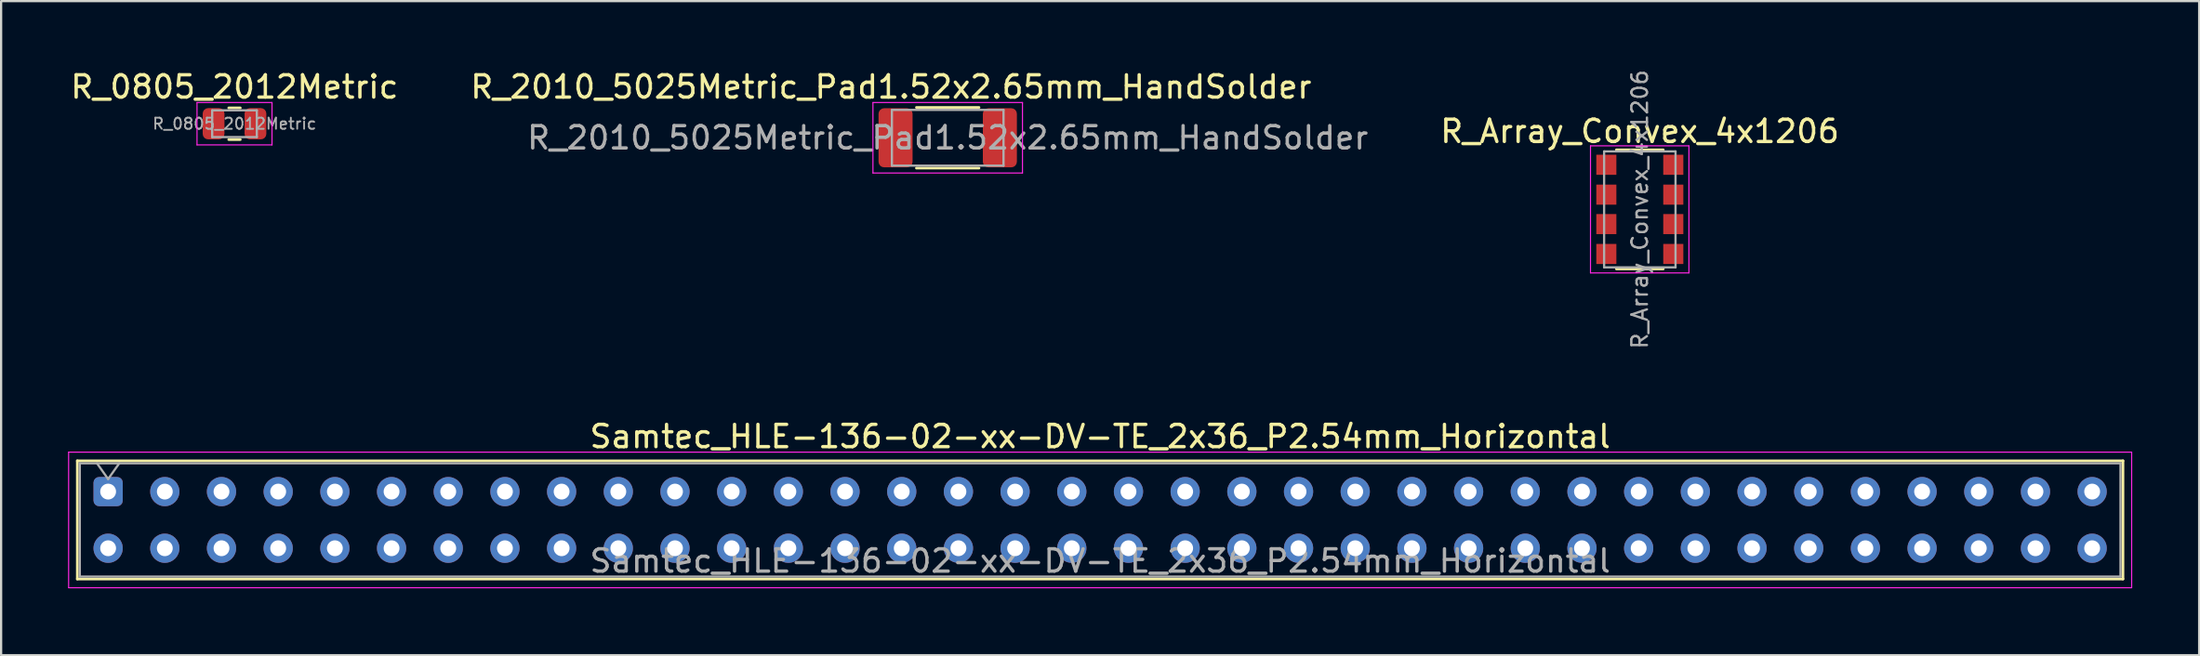
<source format=kicad_pcb>
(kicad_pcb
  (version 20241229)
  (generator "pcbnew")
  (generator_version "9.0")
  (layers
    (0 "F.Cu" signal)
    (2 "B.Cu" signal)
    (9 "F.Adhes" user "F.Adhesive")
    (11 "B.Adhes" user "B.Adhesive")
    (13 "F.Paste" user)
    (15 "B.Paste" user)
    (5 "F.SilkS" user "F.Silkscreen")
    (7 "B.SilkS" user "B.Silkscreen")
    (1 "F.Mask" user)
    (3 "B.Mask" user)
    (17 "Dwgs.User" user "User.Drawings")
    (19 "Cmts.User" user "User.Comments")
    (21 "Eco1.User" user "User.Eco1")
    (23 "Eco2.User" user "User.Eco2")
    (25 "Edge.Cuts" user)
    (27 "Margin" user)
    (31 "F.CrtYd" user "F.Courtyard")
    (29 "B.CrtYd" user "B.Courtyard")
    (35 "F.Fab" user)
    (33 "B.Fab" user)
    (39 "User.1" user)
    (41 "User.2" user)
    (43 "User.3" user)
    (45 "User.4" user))
  (footprint "Samtec_HLE-136-02-xx-DV-TE_2x36_P2.54mm_Horizontal"
    (layer "F.Cu")
    (at 1.795 18.993)
    (property "Reference" "Samtec_HLE-136-02-xx-DV-TE_2x36_P2.54mm_Horizontal" (at 44.45 -2.47 0) (layer "F.SilkS") (effects (font (size 1 1) (thickness 0.15))))
    (attr through_hole)
    (fp_line (start -1.38 -1.38) (end 90.28 -1.38) (stroke (width 0.12) (type solid)) (layer "F.SilkS"))
    (fp_line (start -1.38 3.92) (end -1.38 -1.38) (stroke (width 0.12) (type solid)) (layer "F.SilkS"))
    (fp_line (start 90.28 -1.38) (end 90.28 3.92) (stroke (width 0.12) (type solid)) (layer "F.SilkS"))
    (fp_line (start 90.28 3.92) (end -1.38 3.92) (stroke (width 0.12) (type solid)) (layer "F.SilkS"))
    (fp_line (start -1.77 -1.77) (end 90.67 -1.77) (stroke (width 0.05) (type solid)) (layer "F.CrtYd"))
    (fp_line (start -1.77 4.31) (end -1.77 -1.77) (stroke (width 0.05) (type solid)) (layer "F.CrtYd"))
    (fp_line (start 90.67 -1.77) (end 90.67 4.31) (stroke (width 0.05) (type solid)) (layer "F.CrtYd"))
    (fp_line (start 90.67 4.31) (end -1.77 4.31) (stroke (width 0.05) (type solid)) (layer "F.CrtYd"))
    (fp_line (start -1.27 -1.27) (end 90.17 -1.27) (stroke (width 0.1) (type solid)) (layer "F.Fab"))
    (fp_line (start -1.27 3.81) (end -1.27 -1.27) (stroke (width 0.1) (type solid)) (layer "F.Fab"))
    (fp_line (start -0.5 -1.27) (end 0 -0.563) (stroke (width 0.1) (type solid)) (layer "F.Fab"))
    (fp_line (start 0 -0.563) (end 0.5 -1.27) (stroke (width 0.1) (type solid)) (layer "F.Fab"))
    (fp_line (start 90.17 -1.27) (end 90.17 3.81) (stroke (width 0.1) (type solid)) (layer "F.Fab"))
    (fp_line (start 90.17 3.81) (end -1.27 3.81) (stroke (width 0.1) (type solid)) (layer "F.Fab"))
    (fp_text user "${REFERENCE}" (at 44.45 3.11 0) (layer "F.Fab") (effects (font (size 1 1) (thickness 0.15))))
    (pad "1" thru_hole roundrect (at 0 0) (size 1.31 1.31) (drill 0.71) (layers "*.Cu" "*.Mask") (roundrect_rratio 0.191))
    (pad "2" thru_hole circle (at 0 2.54) (size 1.31 1.31) (drill 0.71) (layers "*.Cu" "*.Mask"))
    (pad "3" thru_hole circle (at 2.54 0) (size 1.31 1.31) (drill 0.71) (layers "*.Cu" "*.Mask"))
    (pad "4" thru_hole circle (at 2.54 2.54) (size 1.31 1.31) (drill 0.71) (layers "*.Cu" "*.Mask"))
    (pad "5" thru_hole circle (at 5.08 0) (size 1.31 1.31) (drill 0.71) (layers "*.Cu" "*.Mask"))
    (pad "6" thru_hole circle (at 5.08 2.54) (size 1.31 1.31) (drill 0.71) (layers "*.Cu" "*.Mask"))
    (pad "7" thru_hole circle (at 7.62 0) (size 1.31 1.31) (drill 0.71) (layers "*.Cu" "*.Mask"))
    (pad "8" thru_hole circle (at 7.62 2.54) (size 1.31 1.31) (drill 0.71) (layers "*.Cu" "*.Mask"))
    (pad "9" thru_hole circle (at 10.16 0) (size 1.31 1.31) (drill 0.71) (layers "*.Cu" "*.Mask"))
    (pad "10" thru_hole circle (at 10.16 2.54) (size 1.31 1.31) (drill 0.71) (layers "*.Cu" "*.Mask"))
    (pad "11" thru_hole circle (at 12.7 0) (size 1.31 1.31) (drill 0.71) (layers "*.Cu" "*.Mask"))
    (pad "12" thru_hole circle (at 12.7 2.54) (size 1.31 1.31) (drill 0.71) (layers "*.Cu" "*.Mask"))
    (pad "13" thru_hole circle (at 15.24 0) (size 1.31 1.31) (drill 0.71) (layers "*.Cu" "*.Mask"))
    (pad "14" thru_hole circle (at 15.24 2.54) (size 1.31 1.31) (drill 0.71) (layers "*.Cu" "*.Mask"))
    (pad "15" thru_hole circle (at 17.78 0) (size 1.31 1.31) (drill 0.71) (layers "*.Cu" "*.Mask"))
    (pad "16" thru_hole circle (at 17.78 2.54) (size 1.31 1.31) (drill 0.71) (layers "*.Cu" "*.Mask"))
    (pad "17" thru_hole circle (at 20.32 0) (size 1.31 1.31) (drill 0.71) (layers "*.Cu" "*.Mask"))
    (pad "18" thru_hole circle (at 20.32 2.54) (size 1.31 1.31) (drill 0.71) (layers "*.Cu" "*.Mask"))
    (pad "19" thru_hole circle (at 22.86 0) (size 1.31 1.31) (drill 0.71) (layers "*.Cu" "*.Mask"))
    (pad "20" thru_hole circle (at 22.86 2.54) (size 1.31 1.31) (drill 0.71) (layers "*.Cu" "*.Mask"))
    (pad "21" thru_hole circle (at 25.4 0) (size 1.31 1.31) (drill 0.71) (layers "*.Cu" "*.Mask"))
    (pad "22" thru_hole circle (at 25.4 2.54) (size 1.31 1.31) (drill 0.71) (layers "*.Cu" "*.Mask"))
    (pad "23" thru_hole circle (at 27.94 0) (size 1.31 1.31) (drill 0.71) (layers "*.Cu" "*.Mask"))
    (pad "24" thru_hole circle (at 27.94 2.54) (size 1.31 1.31) (drill 0.71) (layers "*.Cu" "*.Mask"))
    (pad "25" thru_hole circle (at 30.48 0) (size 1.31 1.31) (drill 0.71) (layers "*.Cu" "*.Mask"))
    (pad "26" thru_hole circle (at 30.48 2.54) (size 1.31 1.31) (drill 0.71) (layers "*.Cu" "*.Mask"))
    (pad "27" thru_hole circle (at 33.02 0) (size 1.31 1.31) (drill 0.71) (layers "*.Cu" "*.Mask"))
    (pad "28" thru_hole circle (at 33.02 2.54) (size 1.31 1.31) (drill 0.71) (layers "*.Cu" "*.Mask"))
    (pad "29" thru_hole circle (at 35.56 0) (size 1.31 1.31) (drill 0.71) (layers "*.Cu" "*.Mask"))
    (pad "30" thru_hole circle (at 35.56 2.54) (size 1.31 1.31) (drill 0.71) (layers "*.Cu" "*.Mask"))
    (pad "31" thru_hole circle (at 38.1 0) (size 1.31 1.31) (drill 0.71) (layers "*.Cu" "*.Mask"))
    (pad "32" thru_hole circle (at 38.1 2.54) (size 1.31 1.31) (drill 0.71) (layers "*.Cu" "*.Mask"))
    (pad "33" thru_hole circle (at 40.64 0) (size 1.31 1.31) (drill 0.71) (layers "*.Cu" "*.Mask"))
    (pad "34" thru_hole circle (at 40.64 2.54) (size 1.31 1.31) (drill 0.71) (layers "*.Cu" "*.Mask"))
    (pad "35" thru_hole circle (at 43.18 0) (size 1.31 1.31) (drill 0.71) (layers "*.Cu" "*.Mask"))
    (pad "36" thru_hole circle (at 43.18 2.54) (size 1.31 1.31) (drill 0.71) (layers "*.Cu" "*.Mask"))
    (pad "37" thru_hole circle (at 45.72 0) (size 1.31 1.31) (drill 0.71) (layers "*.Cu" "*.Mask"))
    (pad "38" thru_hole circle (at 45.72 2.54) (size 1.31 1.31) (drill 0.71) (layers "*.Cu" "*.Mask"))
    (pad "39" thru_hole circle (at 48.26 0) (size 1.31 1.31) (drill 0.71) (layers "*.Cu" "*.Mask"))
    (pad "40" thru_hole circle (at 48.26 2.54) (size 1.31 1.31) (drill 0.71) (layers "*.Cu" "*.Mask"))
    (pad "41" thru_hole circle (at 50.8 0) (size 1.31 1.31) (drill 0.71) (layers "*.Cu" "*.Mask"))
    (pad "42" thru_hole circle (at 50.8 2.54) (size 1.31 1.31) (drill 0.71) (layers "*.Cu" "*.Mask"))
    (pad "43" thru_hole circle (at 53.34 0) (size 1.31 1.31) (drill 0.71) (layers "*.Cu" "*.Mask"))
    (pad "44" thru_hole circle (at 53.34 2.54) (size 1.31 1.31) (drill 0.71) (layers "*.Cu" "*.Mask"))
    (pad "45" thru_hole circle (at 55.88 0) (size 1.31 1.31) (drill 0.71) (layers "*.Cu" "*.Mask"))
    (pad "46" thru_hole circle (at 55.88 2.54) (size 1.31 1.31) (drill 0.71) (layers "*.Cu" "*.Mask"))
    (pad "47" thru_hole circle (at 58.42 0) (size 1.31 1.31) (drill 0.71) (layers "*.Cu" "*.Mask"))
    (pad "48" thru_hole circle (at 58.42 2.54) (size 1.31 1.31) (drill 0.71) (layers "*.Cu" "*.Mask"))
    (pad "49" thru_hole circle (at 60.96 0) (size 1.31 1.31) (drill 0.71) (layers "*.Cu" "*.Mask"))
    (pad "50" thru_hole circle (at 60.96 2.54) (size 1.31 1.31) (drill 0.71) (layers "*.Cu" "*.Mask"))
    (pad "51" thru_hole circle (at 63.5 0) (size 1.31 1.31) (drill 0.71) (layers "*.Cu" "*.Mask"))
    (pad "52" thru_hole circle (at 63.5 2.54) (size 1.31 1.31) (drill 0.71) (layers "*.Cu" "*.Mask"))
    (pad "53" thru_hole circle (at 66.04 0) (size 1.31 1.31) (drill 0.71) (layers "*.Cu" "*.Mask"))
    (pad "54" thru_hole circle (at 66.04 2.54) (size 1.31 1.31) (drill 0.71) (layers "*.Cu" "*.Mask"))
    (pad "55" thru_hole circle (at 68.58 0) (size 1.31 1.31) (drill 0.71) (layers "*.Cu" "*.Mask"))
    (pad "56" thru_hole circle (at 68.58 2.54) (size 1.31 1.31) (drill 0.71) (layers "*.Cu" "*.Mask"))
    (pad "57" thru_hole circle (at 71.12 0) (size 1.31 1.31) (drill 0.71) (layers "*.Cu" "*.Mask"))
    (pad "58" thru_hole circle (at 71.12 2.54) (size 1.31 1.31) (drill 0.71) (layers "*.Cu" "*.Mask"))
    (pad "59" thru_hole circle (at 73.66 0) (size 1.31 1.31) (drill 0.71) (layers "*.Cu" "*.Mask"))
    (pad "60" thru_hole circle (at 73.66 2.54) (size 1.31 1.31) (drill 0.71) (layers "*.Cu" "*.Mask"))
    (pad "61" thru_hole circle (at 76.2 0) (size 1.31 1.31) (drill 0.71) (layers "*.Cu" "*.Mask"))
    (pad "62" thru_hole circle (at 76.2 2.54) (size 1.31 1.31) (drill 0.71) (layers "*.Cu" "*.Mask"))
    (pad "63" thru_hole circle (at 78.74 0) (size 1.31 1.31) (drill 0.71) (layers "*.Cu" "*.Mask"))
    (pad "64" thru_hole circle (at 78.74 2.54) (size 1.31 1.31) (drill 0.71) (layers "*.Cu" "*.Mask"))
    (pad "65" thru_hole circle (at 81.28 0) (size 1.31 1.31) (drill 0.71) (layers "*.Cu" "*.Mask"))
    (pad "66" thru_hole circle (at 81.28 2.54) (size 1.31 1.31) (drill 0.71) (layers "*.Cu" "*.Mask"))
    (pad "67" thru_hole circle (at 83.82 0) (size 1.31 1.31) (drill 0.71) (layers "*.Cu" "*.Mask"))
    (pad "68" thru_hole circle (at 83.82 2.54) (size 1.31 1.31) (drill 0.71) (layers "*.Cu" "*.Mask"))
    (pad "69" thru_hole circle (at 86.36 0) (size 1.31 1.31) (drill 0.71) (layers "*.Cu" "*.Mask"))
    (pad "70" thru_hole circle (at 86.36 2.54) (size 1.31 1.31) (drill 0.71) (layers "*.Cu" "*.Mask"))
    (pad "71" thru_hole circle (at 88.9 0) (size 1.31 1.31) (drill 0.71) (layers "*.Cu" "*.Mask"))
    (pad "72" thru_hole circle (at 88.9 2.54) (size 1.31 1.31) (drill 0.71) (layers "*.Cu" "*.Mask")))
  (footprint "R_0805_2012Metric"
    (layer "F.Cu")
    (at 7.458 2.498)
    (property "Reference" "R_0805_2012Metric" (at 0 -1.65 0) (layer "F.SilkS") (effects (font (size 1 1) (thickness 0.15))))
    (attr smd)
    (fp_line (start -0.259 -0.71) (end 0.259 -0.71) (stroke (width 0.12) (type solid)) (layer "F.SilkS"))
    (fp_line (start -0.259 0.71) (end 0.259 0.71) (stroke (width 0.12) (type solid)) (layer "F.SilkS"))
    (fp_line (start -1.68 -0.95) (end 1.68 -0.95) (stroke (width 0.05) (type solid)) (layer "F.CrtYd"))
    (fp_line (start -1.68 0.95) (end -1.68 -0.95) (stroke (width 0.05) (type solid)) (layer "F.CrtYd"))
    (fp_line (start 1.68 -0.95) (end 1.68 0.95) (stroke (width 0.05) (type solid)) (layer "F.CrtYd"))
    (fp_line (start 1.68 0.95) (end -1.68 0.95) (stroke (width 0.05) (type solid)) (layer "F.CrtYd"))
    (fp_line (start -1 -0.6) (end 1 -0.6) (stroke (width 0.1) (type solid)) (layer "F.Fab"))
    (fp_line (start -1 0.6) (end -1 -0.6) (stroke (width 0.1) (type solid)) (layer "F.Fab"))
    (fp_line (start 1 -0.6) (end 1 0.6) (stroke (width 0.1) (type solid)) (layer "F.Fab"))
    (fp_line (start 1 0.6) (end -1 0.6) (stroke (width 0.1) (type solid)) (layer "F.Fab"))
    (fp_text user "${REFERENCE}" (at 0 0 0) (layer "F.Fab") (effects (font (size 0.5 0.5) (thickness 0.08))))
    (pad "1" smd roundrect (at -0.938 0) (size 0.975 1.4) (layers "F.Cu" "F.Mask" "F.Paste") (roundrect_rratio 0.25))
    (pad "2" smd roundrect (at 0.938 0) (size 0.975 1.4) (layers "F.Cu" "F.Mask" "F.Paste") (roundrect_rratio 0.25)))
  (footprint "R_Array_Convex_4x1206"
    (layer "F.Cu")
    (at 70.427 6.338)
    (property "Reference" "R_Array_Convex_4x1206" (at 0 -3.5 0) (layer "F.SilkS") (effects (font (size 1 1) (thickness 0.15))))
    (attr smd)
    (fp_line (start 1.05 -2.67) (end -1.05 -2.67) (stroke (width 0.12) (type solid)) (layer "F.SilkS"))
    (fp_line (start 1.05 2.67) (end -1.05 2.67) (stroke (width 0.12) (type solid)) (layer "F.SilkS"))
    (fp_line (start -2.21 -2.85) (end -2.21 2.85) (stroke (width 0.05) (type solid)) (layer "F.CrtYd"))
    (fp_line (start -2.21 -2.85) (end 2.2 -2.85) (stroke (width 0.05) (type solid)) (layer "F.CrtYd"))
    (fp_line (start 2.2 2.85) (end -2.21 2.85) (stroke (width 0.05) (type solid)) (layer "F.CrtYd"))
    (fp_line (start 2.2 2.85) (end 2.2 -2.85) (stroke (width 0.05) (type solid)) (layer "F.CrtYd"))
    (fp_line (start -1.6 -2.6) (end -1.6 2.6) (stroke (width 0.1) (type solid)) (layer "F.Fab"))
    (fp_line (start -1.6 2.6) (end 1.6 2.6) (stroke (width 0.1) (type solid)) (layer "F.Fab"))
    (fp_line (start 1.6 -2.6) (end -1.6 -2.6) (stroke (width 0.1) (type solid)) (layer "F.Fab"))
    (fp_line (start 1.6 2.6) (end 1.6 -2.6) (stroke (width 0.1) (type solid)) (layer "F.Fab"))
    (fp_text user "${REFERENCE}" (at 0 0 90) (layer "F.Fab") (effects (font (size 0.7 0.7) (thickness 0.105))))
    (pad "1" smd rect (at -1.5 -2) (size 0.9 0.9) (layers "F.Cu" "F.Mask" "F.Paste"))
    (pad "2" smd rect (at -1.5 -0.66) (size 0.9 0.9) (layers "F.Cu" "F.Mask" "F.Paste"))
    (pad "3" smd rect (at -1.5 0.66) (size 0.9 0.9) (layers "F.Cu" "F.Mask" "F.Paste"))
    (pad "4" smd rect (at -1.5 2) (size 0.9 0.9) (layers "F.Cu" "F.Mask" "F.Paste"))
    (pad "5" smd rect (at 1.5 2) (size 0.9 0.9) (layers "F.Cu" "F.Mask" "F.Paste"))
    (pad "6" smd rect (at 1.5 0.66) (size 0.9 0.9) (layers "F.Cu" "F.Mask" "F.Paste"))
    (pad "7" smd rect (at 1.5 -0.66) (size 0.9 0.9) (layers "F.Cu" "F.Mask" "F.Paste"))
    (pad "8" smd rect (at 1.5 -2) (size 0.9 0.9) (layers "F.Cu" "F.Mask" "F.Paste")))
  (footprint "R_2010_5025Metric_Pad1.52x2.65mm_HandSolder"
    (layer "F.Cu")
    (at 39.415 3.128)
    (property "Reference" "R_2010_5025Metric_Pad1.52x2.65mm_HandSolder" (at -2.54 -2.28 0) (layer "F.SilkS") (effects (font (size 1 1) (thickness 0.15))))
    (attr smd)
    (fp_line (start -1.402 -1.36) (end 1.402 -1.36) (stroke (width 0.12) (type solid)) (layer "F.SilkS"))
    (fp_line (start -1.402 1.36) (end 1.402 1.36) (stroke (width 0.12) (type solid)) (layer "F.SilkS"))
    (fp_line (start -3.35 -1.58) (end 3.35 -1.58) (stroke (width 0.05) (type solid)) (layer "F.CrtYd"))
    (fp_line (start -3.35 1.58) (end -3.35 -1.58) (stroke (width 0.05) (type solid)) (layer "F.CrtYd"))
    (fp_line (start 3.35 -1.58) (end 3.35 1.58) (stroke (width 0.05) (type solid)) (layer "F.CrtYd"))
    (fp_line (start 3.35 1.58) (end -3.35 1.58) (stroke (width 0.05) (type solid)) (layer "F.CrtYd"))
    (fp_line (start -2.5 -1.25) (end 2.5 -1.25) (stroke (width 0.1) (type solid)) (layer "F.Fab"))
    (fp_line (start -2.5 1.25) (end -2.5 -1.25) (stroke (width 0.1) (type solid)) (layer "F.Fab"))
    (fp_line (start 2.5 -1.25) (end 2.5 1.25) (stroke (width 0.1) (type solid)) (layer "F.Fab"))
    (fp_line (start 2.5 1.25) (end -2.5 1.25) (stroke (width 0.1) (type solid)) (layer "F.Fab"))
    (fp_text user "${REFERENCE}" (at 0 0 0) (layer "F.Fab") (effects (font (size 1 1) (thickness 0.15))))
    (pad "1" smd roundrect (at -2.337 0) (size 1.525 2.65) (layers "F.Cu" "F.Mask" "F.Paste") (roundrect_rratio 0.164))
    (pad "2" smd roundrect (at 2.337 0) (size 1.525 2.65) (layers "F.Cu" "F.Mask" "F.Paste") (roundrect_rratio 0.164)))
  (gr_rect
    (start -3 -3)
    (end 95.49 26.328)
    (stroke (width 0.1) (type default))
    (fill no)
    (layer "Edge.Cuts")))
</source>
